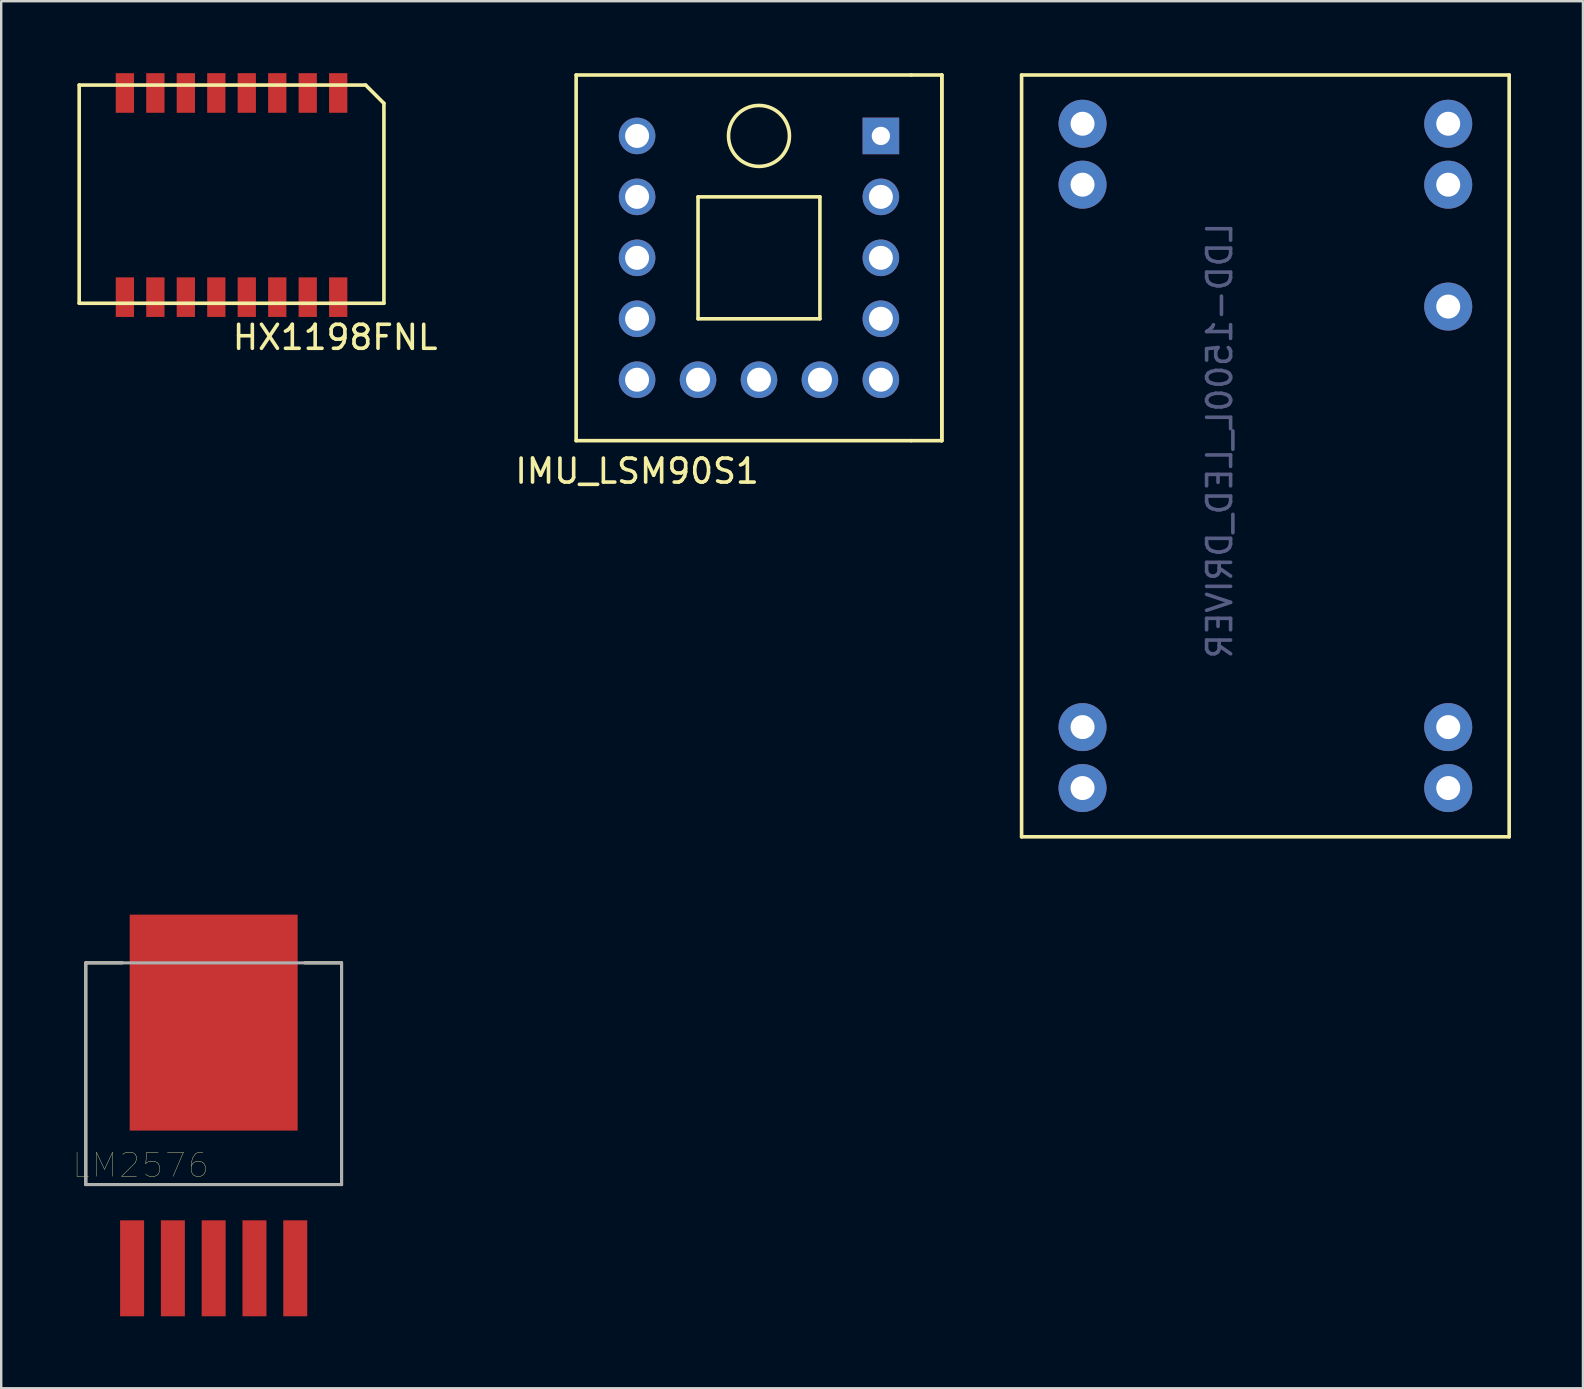
<source format=kicad_pcb>
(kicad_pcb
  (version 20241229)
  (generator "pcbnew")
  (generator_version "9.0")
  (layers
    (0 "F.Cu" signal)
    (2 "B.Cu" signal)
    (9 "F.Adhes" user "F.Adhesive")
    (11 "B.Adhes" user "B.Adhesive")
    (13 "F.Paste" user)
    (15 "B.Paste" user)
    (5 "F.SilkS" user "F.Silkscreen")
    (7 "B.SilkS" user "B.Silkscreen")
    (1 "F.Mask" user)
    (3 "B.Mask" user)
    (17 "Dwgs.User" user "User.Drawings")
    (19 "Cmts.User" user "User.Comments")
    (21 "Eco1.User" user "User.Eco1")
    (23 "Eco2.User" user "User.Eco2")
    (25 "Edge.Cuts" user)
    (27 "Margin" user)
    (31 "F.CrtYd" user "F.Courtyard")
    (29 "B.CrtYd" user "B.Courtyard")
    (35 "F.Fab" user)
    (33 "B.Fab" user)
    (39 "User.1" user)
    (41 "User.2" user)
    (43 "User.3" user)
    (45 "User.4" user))
  (footprint "LDD-1500L_LED_DRIVER"
    (layer "F.Cu")
    (at 39.526 31.818)
    (property "Reference" "LDD-1500L_LED_DRIVER" (at 8.255 -16.503 90) (layer "B.Fab") (effects (font (size 1 1) (thickness 0.15)) (justify mirror)))
    (attr through_hole)
    (fp_line (start 0 0.007) (end 0 -31.743) (stroke (width 0.15) (type solid)) (layer "F.SilkS"))
    (fp_line (start 20.32 -31.743) (end 0 -31.743) (stroke (width 0.15) (type solid)) (layer "F.SilkS"))
    (fp_line (start 20.32 0.007) (end 0 0.007) (stroke (width 0.15) (type solid)) (layer "F.SilkS"))
    (fp_line (start 20.32 0.007) (end 20.32 -31.743) (stroke (width 0.15) (type solid)) (layer "F.SilkS"))
    (pad "1" thru_hole circle (at 2.54 -29.711 180) (size 2 2) (drill 1) (layers "*.Cu" "*.Mask"))
    (pad "2" thru_hole circle (at 2.54 -27.171 180) (size 2 2) (drill 1) (layers "*.Cu" "*.Mask"))
    (pad "11" thru_hole circle (at 2.54 -4.565 180) (size 2 2) (drill 1) (layers "*.Cu" "*.Mask"))
    (pad "12" thru_hole circle (at 2.54 -2.025 180) (size 2 2) (drill 1) (layers "*.Cu" "*.Mask"))
    (pad "13" thru_hole circle (at 17.78 -2.025 180) (size 2 2) (drill 1) (layers "*.Cu" "*.Mask"))
    (pad "14" thru_hole circle (at 17.78 -4.565 180) (size 2 2) (drill 1) (layers "*.Cu" "*.Mask"))
    (pad "21" thru_hole circle (at 17.78 -22.091 180) (size 2 2) (drill 1) (layers "*.Cu" "*.Mask"))
    (pad "23" thru_hole circle (at 17.78 -27.171 180) (size 2 2) (drill 1) (layers "*.Cu" "*.Mask"))
    (pad "24" thru_hole circle (at 17.78 -29.711 180) (size 2 2) (drill 1) (layers "*.Cu" "*.Mask")))
  (footprint "HX1198FNL"
    (layer "F.Cu")
    (at 0.25 9.588)
    (property "Reference" "HX1198FNL" (at 10.668 1.422 0) (layer "F.SilkS") (effects (font (size 1 1) (thickness 0.15))))
    (attr through_hole)
    (fp_line (start 0 -9.093) (end 0 0) (stroke (width 0.15) (type solid)) (layer "F.SilkS"))
    (fp_line (start 0 -9.093) (end 11.938 -9.093) (stroke (width 0.15) (type solid)) (layer "F.SilkS"))
    (fp_line (start 0 0) (end 12.7 0) (stroke (width 0.15) (type solid)) (layer "F.SilkS"))
    (fp_line (start 11.938 -9.093) (end 12.7 -8.331) (stroke (width 0.15) (type solid)) (layer "F.SilkS"))
    (fp_line (start 12.7 -8.331) (end 12.7 0) (stroke (width 0.15) (type solid)) (layer "F.SilkS"))
    (pad "1" smd rect (at 10.795 -8.763) (size 0.762 1.651) (layers "F.Cu" "F.Mask" "F.Paste"))
    (pad "2" smd rect (at 9.525 -8.763) (size 0.762 1.651) (layers "F.Cu" "F.Mask" "F.Paste"))
    (pad "3" smd rect (at 8.255 -8.763) (size 0.762 1.651) (layers "F.Cu" "F.Mask" "F.Paste"))
    (pad "4" smd rect (at 6.985 -8.763) (size 0.762 1.651) (layers "F.Cu" "F.Mask" "F.Paste"))
    (pad "5" smd rect (at 5.715 -8.763) (size 0.762 1.651) (layers "F.Cu" "F.Mask" "F.Paste"))
    (pad "6" smd rect (at 4.445 -8.763) (size 0.762 1.651) (layers "F.Cu" "F.Mask" "F.Paste"))
    (pad "7" smd rect (at 3.175 -8.763) (size 0.762 1.651) (layers "F.Cu" "F.Mask" "F.Paste"))
    (pad "8" smd rect (at 1.905 -8.763) (size 0.762 1.651) (layers "F.Cu" "F.Mask" "F.Paste"))
    (pad "9" smd rect (at 1.905 -0.254) (size 0.762 1.651) (layers "F.Cu" "F.Mask" "F.Paste"))
    (pad "10" smd rect (at 3.175 -0.254) (size 0.762 1.651) (layers "F.Cu" "F.Mask" "F.Paste"))
    (pad "11" smd rect (at 4.445 -0.254) (size 0.762 1.651) (layers "F.Cu" "F.Mask" "F.Paste"))
    (pad "12" smd rect (at 5.715 -0.254) (size 0.762 1.651) (layers "F.Cu" "F.Mask" "F.Paste"))
    (pad "13" smd rect (at 6.985 -0.254) (size 0.762 1.651) (layers "F.Cu" "F.Mask" "F.Paste"))
    (pad "14" smd rect (at 8.255 -0.254) (size 0.762 1.651) (layers "F.Cu" "F.Mask" "F.Paste"))
    (pad "15" smd rect (at 9.525 -0.254) (size 0.762 1.651) (layers "F.Cu" "F.Mask" "F.Paste"))
    (pad "16" smd rect (at 10.795 -0.254) (size 0.762 1.651) (layers "F.Cu" "F.Mask" "F.Paste")))
  (footprint "LM2576"
    (layer "F.Cu")
    (at 5.855 43.478)
    (property "Reference" "LM2576" (at -3.048 2.032 0) (layer "F.SilkS") (effects (font (size 1.001 1.001) (thickness 0.015))))
    (attr smd)
    (fp_line (start -5.33 -6.4) (end -5.33 2.84) (stroke (width 0.127) (type solid)) (layer "F.SilkS"))
    (fp_line (start -5.33 2.84) (end 5.33 2.84) (stroke (width 0.127) (type solid)) (layer "F.SilkS"))
    (fp_line (start -3.8 -6.4) (end -5.33 -6.4) (stroke (width 0.127) (type solid)) (layer "F.SilkS"))
    (fp_line (start 5.33 -6.4) (end 3.8 -6.4) (stroke (width 0.127) (type solid)) (layer "F.SilkS"))
    (fp_line (start 5.33 2.84) (end 5.33 -6.4) (stroke (width 0.127) (type solid)) (layer "F.SilkS"))
    (fp_line (start -5.33 -6.4) (end 5.33 -6.4) (stroke (width 0.127) (type solid)) (layer "F.Fab"))
    (fp_line (start -5.33 2.84) (end -5.33 -6.4) (stroke (width 0.127) (type solid)) (layer "F.Fab"))
    (fp_line (start 5.33 -6.4) (end 5.33 2.84) (stroke (width 0.127) (type solid)) (layer "F.Fab"))
    (fp_line (start 5.33 2.84) (end -5.33 2.84) (stroke (width 0.127) (type solid)) (layer "F.Fab"))
    (pad "1" smd rect (at -3.4 6.33) (size 1 4) (layers "F.Cu" "F.Mask" "F.Paste"))
    (pad "2" smd rect (at -1.7 6.33) (size 1 4) (layers "F.Cu" "F.Mask" "F.Paste"))
    (pad "3" smd rect (at 0 6.33) (size 1 4) (layers "F.Cu" "F.Mask" "F.Paste"))
    (pad "4" smd rect (at 1.7 6.33) (size 1 4) (layers "F.Cu" "F.Mask" "F.Paste"))
    (pad "5" smd rect (at 3.4 6.33) (size 1 4) (layers "F.Cu" "F.Mask" "F.Paste"))
    (pad "6" smd rect (at 0 -3.91) (size 7 9) (layers "F.Cu" "F.Mask" "F.Paste")))
  (footprint "IMU_LSM90S1"
    (layer "F.Cu")
    (at 20.961 15.315)
    (property "Reference" "IMU_LSM90S1" (at 2.54 1.27 0) (layer "F.SilkS") (effects (font (size 1 1) (thickness 0.15))))
    (attr through_hole)
    (fp_line (start 0 -15.24) (end 13.97 -15.24) (stroke (width 0.15) (type solid)) (layer "F.SilkS"))
    (fp_line (start 0 0) (end 0 -15.24) (stroke (width 0.15) (type solid)) (layer "F.SilkS"))
    (fp_line (start 5.08 -10.16) (end 5.08 -5.08) (stroke (width 0.15) (type solid)) (layer "F.SilkS"))
    (fp_line (start 5.08 -5.08) (end 10.16 -5.08) (stroke (width 0.15) (type solid)) (layer "F.SilkS"))
    (fp_line (start 10.16 -10.16) (end 5.08 -10.16) (stroke (width 0.15) (type solid)) (layer "F.SilkS"))
    (fp_line (start 10.16 -5.08) (end 10.16 -10.16) (stroke (width 0.15) (type solid)) (layer "F.SilkS"))
    (fp_line (start 13.97 -15.24) (end 15.24 -15.24) (stroke (width 0.15) (type solid)) (layer "F.SilkS"))
    (fp_line (start 13.97 0) (end 0 0) (stroke (width 0.15) (type solid)) (layer "F.SilkS"))
    (fp_line (start 15.24 -15.24) (end 15.24 0) (stroke (width 0.15) (type solid)) (layer "F.SilkS"))
    (fp_line (start 15.24 -15.24) (end 15.24 0) (stroke (width 0.15) (type solid)) (layer "F.SilkS"))
    (fp_line (start 15.24 0) (end 13.97 0) (stroke (width 0.15) (type solid)) (layer "F.SilkS"))
    (fp_circle (center 7.62 -12.7) (end 8.89 -12.7) (stroke (width 0.15) (type solid)) (fill no) (layer "F.SilkS"))
    (pad "1" thru_hole circle (at 2.54 -12.7) (size 1.524 1.524) (drill 1) (layers "*.Cu" "*.Mask"))
    (pad "2" thru_hole circle (at 2.54 -10.16) (size 1.524 1.524) (drill 1) (layers "*.Cu" "*.Mask"))
    (pad "3" thru_hole circle (at 2.54 -7.62) (size 1.524 1.524) (drill 1) (layers "*.Cu" "*.Mask"))
    (pad "4" thru_hole circle (at 2.54 -5.08) (size 1.524 1.524) (drill 1) (layers "*.Cu" "*.Mask"))
    (pad "5" thru_hole circle (at 2.54 -2.54) (size 1.524 1.524) (drill 1) (layers "*.Cu" "*.Mask"))
    (pad "6" thru_hole circle (at 5.08 -2.54) (size 1.524 1.524) (drill 1) (layers "*.Cu" "*.Mask"))
    (pad "7" thru_hole circle (at 7.62 -2.54) (size 1.524 1.524) (drill 1) (layers "*.Cu" "*.Mask"))
    (pad "8" thru_hole circle (at 10.16 -2.54) (size 1.524 1.524) (drill 1) (layers "*.Cu" "*.Mask"))
    (pad "9" thru_hole circle (at 12.7 -2.54) (size 1.524 1.524) (drill 1) (layers "*.Cu" "*.Mask"))
    (pad "10" thru_hole circle (at 12.7 -5.08) (size 1.524 1.524) (drill 1) (layers "*.Cu" "*.Mask"))
    (pad "11" thru_hole circle (at 12.7 -7.62) (size 1.524 1.524) (drill 1) (layers "*.Cu" "*.Mask"))
    (pad "12" thru_hole circle (at 12.7 -10.16) (size 1.524 1.524) (drill 1) (layers "*.Cu" "*.Mask"))
    (pad "13" thru_hole rect (at 12.7 -12.7) (size 1.524 1.524) (drill 0.762) (layers "*.Cu" "*.Mask")))
  (gr_rect
    (start -3 -3)
    (end 62.921 54.808)
    (stroke (width 0.1) (type default))
    (fill no)
    (layer "Edge.Cuts")))
</source>
